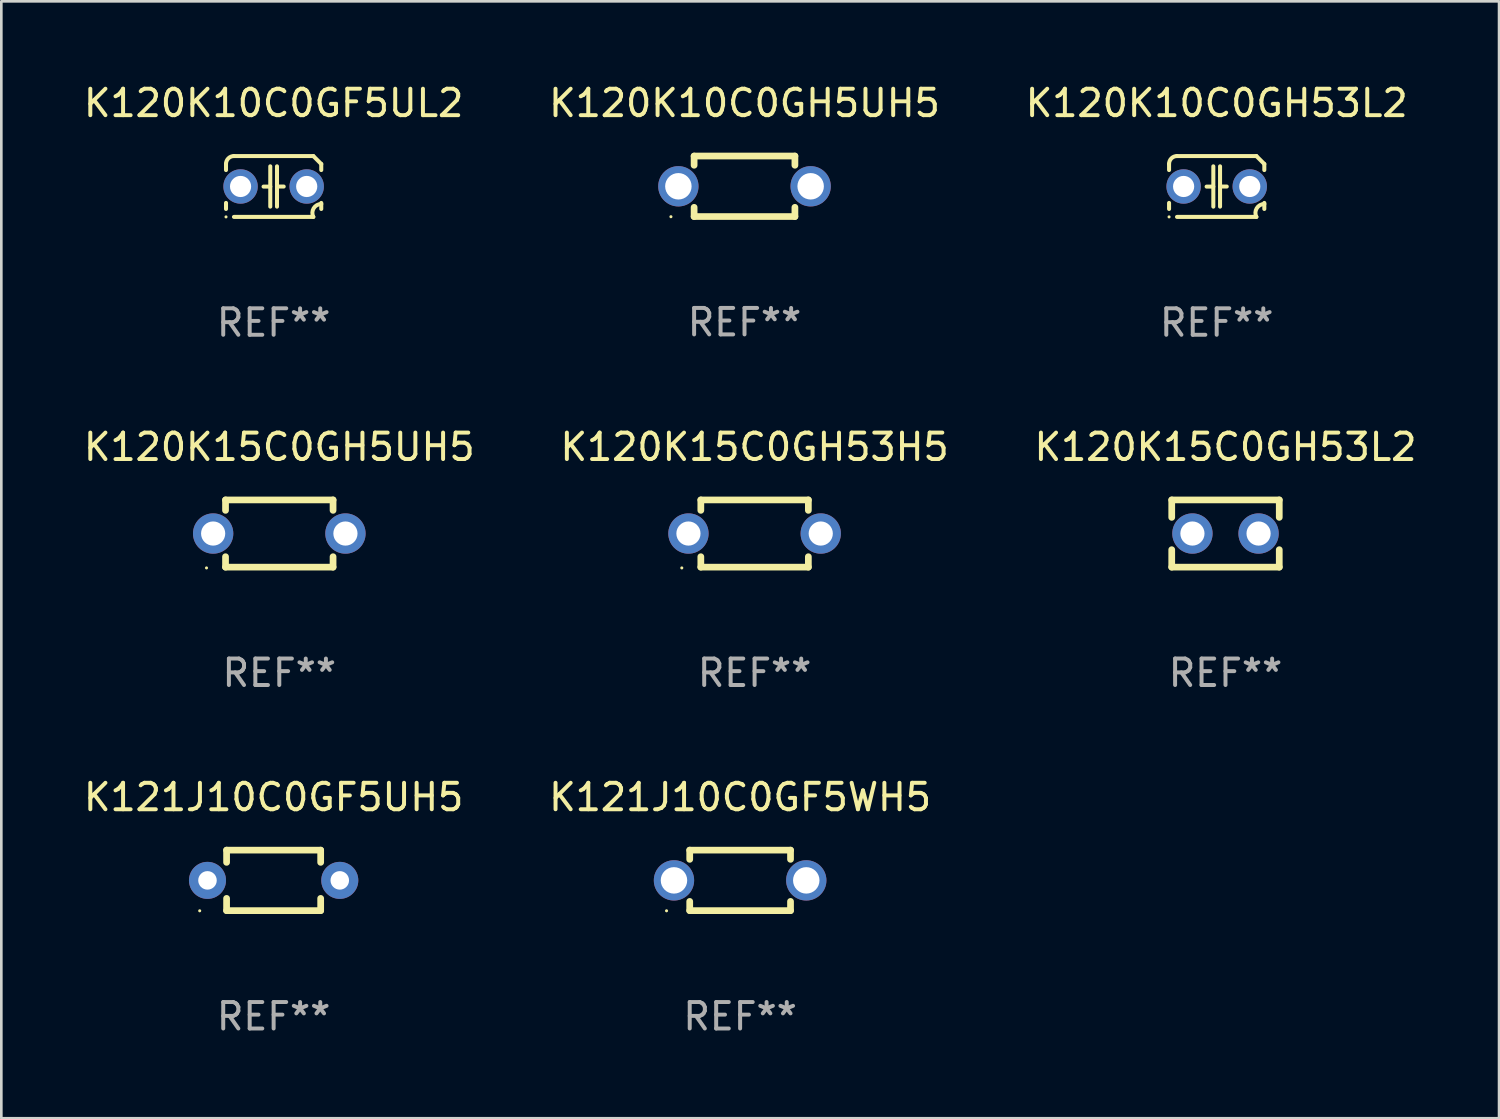
<source format=kicad_pcb>
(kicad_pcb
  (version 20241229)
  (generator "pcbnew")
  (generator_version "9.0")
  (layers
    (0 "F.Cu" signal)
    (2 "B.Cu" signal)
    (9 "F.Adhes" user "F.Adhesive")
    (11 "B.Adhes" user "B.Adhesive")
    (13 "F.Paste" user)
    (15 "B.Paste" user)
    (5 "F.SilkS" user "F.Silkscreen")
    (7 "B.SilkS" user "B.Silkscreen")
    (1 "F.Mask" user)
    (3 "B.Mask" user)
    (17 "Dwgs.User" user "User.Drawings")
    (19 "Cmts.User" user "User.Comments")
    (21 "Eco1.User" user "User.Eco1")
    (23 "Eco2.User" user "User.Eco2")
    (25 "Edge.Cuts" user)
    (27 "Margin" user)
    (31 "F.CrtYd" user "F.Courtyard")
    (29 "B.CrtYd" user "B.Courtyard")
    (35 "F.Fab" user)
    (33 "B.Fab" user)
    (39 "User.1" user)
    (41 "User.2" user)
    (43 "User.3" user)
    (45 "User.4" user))
  (footprint "K121J10C0GF5UH5"
    (layer "F.Cu")
    (at 7.292 30.224)
    (property "Reference" "K121J10C0GF5UH5" (at 0 -3.143 0) (layer "F.SilkS") (effects (font (size 1 1) (thickness 0.15))))
    (attr through_hole)
    (fp_line (start -1.778 -1.143) (end 1.778 -1.143) (stroke (width 0.254) (type solid)) (layer "F.SilkS"))
    (fp_line (start -1.778 -0.681) (end -1.778 -1.143) (stroke (width 0.254) (type solid)) (layer "F.SilkS"))
    (fp_line (start -1.778 1.143) (end -1.778 0.681) (stroke (width 0.254) (type solid)) (layer "F.SilkS"))
    (fp_line (start 1.778 -1.143) (end 1.778 -0.681) (stroke (width 0.254) (type solid)) (layer "F.SilkS"))
    (fp_line (start 1.778 0.681) (end 1.778 1.143) (stroke (width 0.254) (type solid)) (layer "F.SilkS"))
    (fp_line (start 1.778 1.143) (end -1.778 1.143) (stroke (width 0.254) (type solid)) (layer "F.SilkS"))
    (fp_circle (center -2.794 1.15) (end -2.764 1.15) (stroke (width 0.06) (type solid)) (fill no) (layer "F.SilkS"))
    (fp_text user "REF**" (at 0 5.143 0) (layer "F.Fab") (effects (font (size 1 1) (thickness 0.15))))
    (pad "1" thru_hole circle (at -2.5 0) (size 1.4 1.4) (drill 0.7) (layers "*.Cu" "*.Mask"))
    (pad "2" thru_hole circle (at 2.5 0) (size 1.4 1.4) (drill 0.7) (layers "*.Cu" "*.Mask")))
  (footprint "K121J10C0GF5WH5"
    (layer "F.Cu")
    (at 24.923 30.224)
    (property "Reference" "K121J10C0GF5WH5" (at 0 -3.143 0) (layer "F.SilkS") (effects (font (size 1 1) (thickness 0.15))))
    (attr through_hole)
    (fp_line (start -1.905 -1.143) (end 1.905 -1.143) (stroke (width 0.254) (type solid)) (layer "F.SilkS"))
    (fp_line (start -1.905 -0.795) (end -1.905 -1.143) (stroke (width 0.254) (type solid)) (layer "F.SilkS"))
    (fp_line (start -1.905 1.143) (end -1.905 0.795) (stroke (width 0.254) (type solid)) (layer "F.SilkS"))
    (fp_line (start 1.905 -1.143) (end 1.905 -0.795) (stroke (width 0.254) (type solid)) (layer "F.SilkS"))
    (fp_line (start 1.905 0.795) (end 1.905 1.143) (stroke (width 0.254) (type solid)) (layer "F.SilkS"))
    (fp_line (start 1.905 1.143) (end -1.905 1.143) (stroke (width 0.254) (type solid)) (layer "F.SilkS"))
    (fp_circle (center -2.781 1.15) (end -2.751 1.15) (stroke (width 0.06) (type solid)) (fill no) (layer "F.SilkS"))
    (fp_text user "REF**" (at 0 5.143 0) (layer "F.Fab") (effects (font (size 1 1) (thickness 0.15))))
    (pad "1" thru_hole circle (at -2.5 0) (size 1.524 1.524) (drill 1) (layers "*.Cu" "*.Mask"))
    (pad "2" thru_hole circle (at 2.5 0) (size 1.524 1.524) (drill 1) (layers "*.Cu" "*.Mask")))
  (footprint "K120K15C0GH53L2"
    (layer "F.Cu")
    (at 43.268 17.115)
    (property "Reference" "K120K15C0GH53L2" (at 0 -3.27 0) (layer "F.SilkS") (effects (font (size 1 1) (thickness 0.15))))
    (attr through_hole)
    (fp_line (start -2.032 -1.27) (end -2.032 -0.611) (stroke (width 0.254) (type solid)) (layer "F.SilkS"))
    (fp_line (start -2.032 0.611) (end -2.032 1.27) (stroke (width 0.254) (type solid)) (layer "F.SilkS"))
    (fp_line (start -2.032 1.27) (end 2.032 1.27) (stroke (width 0.254) (type solid)) (layer "F.SilkS"))
    (fp_line (start 2.032 -1.27) (end -2.032 -1.27) (stroke (width 0.254) (type solid)) (layer "F.SilkS"))
    (fp_line (start 2.032 -0.611) (end 2.032 -1.27) (stroke (width 0.254) (type solid)) (layer "F.SilkS"))
    (fp_line (start 2.032 1.27) (end 2.032 0.611) (stroke (width 0.254) (type solid)) (layer "F.SilkS"))
    (fp_circle (center -2 1.3) (end -1.97 1.3) (stroke (width 0.06) (type solid)) (fill no) (layer "F.SilkS"))
    (fp_text user "REF**" (at 0 5.27 0) (layer "F.Fab") (effects (font (size 1 1) (thickness 0.15))))
    (pad "1" thru_hole circle (at -1.25 0) (size 1.524 1.524) (drill 0.914) (layers "*.Cu" "*.Mask"))
    (pad "2" thru_hole circle (at 1.25 0) (size 1.524 1.524) (drill 0.914) (layers "*.Cu" "*.Mask")))
  (footprint "K120K10C0GH5UH5"
    (layer "F.Cu")
    (at 25.089 3.991)
    (property "Reference" "K120K10C0GH5UH5" (at 0 -3.143 0) (layer "F.SilkS") (effects (font (size 1 1) (thickness 0.15))))
    (attr through_hole)
    (fp_line (start -1.905 -1.143) (end 1.905 -1.143) (stroke (width 0.254) (type solid)) (layer "F.SilkS"))
    (fp_line (start -1.905 -0.795) (end -1.905 -1.143) (stroke (width 0.254) (type solid)) (layer "F.SilkS"))
    (fp_line (start -1.905 1.143) (end -1.905 0.795) (stroke (width 0.254) (type solid)) (layer "F.SilkS"))
    (fp_line (start 1.905 -1.143) (end 1.905 -0.795) (stroke (width 0.254) (type solid)) (layer "F.SilkS"))
    (fp_line (start 1.905 0.795) (end 1.905 1.143) (stroke (width 0.254) (type solid)) (layer "F.SilkS"))
    (fp_line (start 1.905 1.143) (end -1.905 1.143) (stroke (width 0.254) (type solid)) (layer "F.SilkS"))
    (fp_circle (center -2.781 1.15) (end -2.751 1.15) (stroke (width 0.06) (type solid)) (fill no) (layer "F.SilkS"))
    (fp_text user "REF**" (at 0 5.143 0) (layer "F.Fab") (effects (font (size 1 1) (thickness 0.15))))
    (pad "1" thru_hole circle (at -2.5 0) (size 1.524 1.524) (drill 1) (layers "*.Cu" "*.Mask"))
    (pad "2" thru_hole circle (at 2.5 0) (size 1.524 1.524) (drill 1) (layers "*.Cu" "*.Mask")))
  (footprint "K120K10C0GH53L2"
    (layer "F.Cu")
    (at 42.935 3.998)
    (property "Reference" "K120K10C0GH53L2" (at 0 -3.15 0) (layer "F.SilkS") (effects (font (size 1 1) (thickness 0.15))))
    (attr through_hole)
    (fp_line (start -1.8 -0.621) (end -1.8 -0.85) (stroke (width 0.152) (type solid)) (layer "F.SilkS"))
    (fp_line (start -1.8 0.85) (end -1.8 0.621) (stroke (width 0.152) (type solid)) (layer "F.SilkS"))
    (fp_line (start -1.5 -1.15) (end 1.5 -1.15) (stroke (width 0.152) (type solid)) (layer "F.SilkS"))
    (fp_line (start -0.127 -0.762) (end -0.127 0.762) (stroke (width 0.152) (type solid)) (layer "F.SilkS"))
    (fp_line (start -0.127 0.005) (end -0.381 0.005) (stroke (width 0.152) (type solid)) (layer "F.SilkS"))
    (fp_line (start 0.127 -0.762) (end 0.127 0.762) (stroke (width 0.152) (type solid)) (layer "F.SilkS"))
    (fp_line (start 0.127 0.002) (end 0.381 0.002) (stroke (width 0.152) (type solid)) (layer "F.SilkS"))
    (fp_line (start 1.5 1.15) (end -1.5 1.15) (stroke (width 0.152) (type solid)) (layer "F.SilkS"))
    (fp_line (start 1.8 -0.85) (end 1.8 -0.621) (stroke (width 0.152) (type solid)) (layer "F.SilkS"))
    (fp_line (start 1.8 0.621) (end 1.8 0.85) (stroke (width 0.152) (type solid)) (layer "F.SilkS"))
    (fp_arc (start -1.799975 -0.849987) (mid -1.712107 -1.062119) (end -1.499975 -1.149987) (stroke (width 0.151994) (type solid)) (layer "F.SilkS"))
    (fp_arc (start 1.499975 1.149987) (mid 1.513726 0.822359) (end 1.799975 0.662387) (stroke (width 0.151994) (type solid)) (layer "F.SilkS"))
    (fp_arc (start 1.500001 -1.149986) (mid 1.650015 -1.000001) (end 1.8 -0.849987) (stroke (width 0.151994) (type solid)) (layer "F.SilkS"))
    (fp_circle (center -1.8 1.15) (end -1.77 1.15) (stroke (width 0.06) (type solid)) (fill no) (layer "F.SilkS"))
    (fp_text user "REF**" (at 0 5.15 0) (layer "F.Fab") (effects (font (size 1 1) (thickness 0.15))))
    (pad "1" thru_hole circle (at -1.25 0) (size 1.3 1.3) (drill 0.8) (layers "*.Cu" "*.Mask"))
    (pad "2" thru_hole circle (at 1.25 0) (size 1.3 1.3) (drill 0.8) (layers "*.Cu" "*.Mask")))
  (footprint "K120K15C0GH53H5"
    (layer "F.Cu")
    (at 25.47 17.115)
    (property "Reference" "K120K15C0GH53H5" (at 0 -3.27 0) (layer "F.SilkS") (effects (font (size 1 1) (thickness 0.15))))
    (attr through_hole)
    (fp_line (start -2.032 -1.27) (end -2.032 -0.876) (stroke (width 0.254) (type solid)) (layer "F.SilkS"))
    (fp_line (start -2.032 0.876) (end -2.032 1.27) (stroke (width 0.254) (type solid)) (layer "F.SilkS"))
    (fp_line (start -2.032 1.27) (end 2.032 1.27) (stroke (width 0.254) (type solid)) (layer "F.SilkS"))
    (fp_line (start 2.032 -1.27) (end -2.032 -1.27) (stroke (width 0.254) (type solid)) (layer "F.SilkS"))
    (fp_line (start 2.032 -0.876) (end 2.032 -1.27) (stroke (width 0.254) (type solid)) (layer "F.SilkS"))
    (fp_line (start 2.032 1.27) (end 2.032 0.876) (stroke (width 0.254) (type solid)) (layer "F.SilkS"))
    (fp_circle (center -2.751 1.3) (end -2.721 1.3) (stroke (width 0.06) (type solid)) (fill no) (layer "F.SilkS"))
    (fp_text user "REF**" (at 0 5.27 0) (layer "F.Fab") (effects (font (size 1 1) (thickness 0.15))))
    (pad "1" thru_hole circle (at -2.5 0) (size 1.524 1.524) (drill 0.914) (layers "*.Cu" "*.Mask"))
    (pad "2" thru_hole circle (at 2.5 0) (size 1.524 1.524) (drill 0.914) (layers "*.Cu" "*.Mask")))
  (footprint "K120K10C0GF5UL2"
    (layer "F.Cu")
    (at 7.292 3.998)
    (property "Reference" "K120K10C0GF5UL2" (at 0 -3.15 0) (layer "F.SilkS") (effects (font (size 1 1) (thickness 0.15))))
    (attr through_hole)
    (fp_line (start -1.8 -0.621) (end -1.8 -0.85) (stroke (width 0.152) (type solid)) (layer "F.SilkS"))
    (fp_line (start -1.8 0.85) (end -1.8 0.621) (stroke (width 0.152) (type solid)) (layer "F.SilkS"))
    (fp_line (start -1.5 -1.15) (end 1.5 -1.15) (stroke (width 0.152) (type solid)) (layer "F.SilkS"))
    (fp_line (start -0.127 -0.762) (end -0.127 0.762) (stroke (width 0.152) (type solid)) (layer "F.SilkS"))
    (fp_line (start -0.127 0.005) (end -0.381 0.005) (stroke (width 0.152) (type solid)) (layer "F.SilkS"))
    (fp_line (start 0.127 -0.762) (end 0.127 0.762) (stroke (width 0.152) (type solid)) (layer "F.SilkS"))
    (fp_line (start 0.127 0.002) (end 0.381 0.002) (stroke (width 0.152) (type solid)) (layer "F.SilkS"))
    (fp_line (start 1.5 1.15) (end -1.5 1.15) (stroke (width 0.152) (type solid)) (layer "F.SilkS"))
    (fp_line (start 1.8 -0.85) (end 1.8 -0.621) (stroke (width 0.152) (type solid)) (layer "F.SilkS"))
    (fp_line (start 1.8 0.621) (end 1.8 0.85) (stroke (width 0.152) (type solid)) (layer "F.SilkS"))
    (fp_arc (start -1.799975 -0.849987) (mid -1.712107 -1.062119) (end -1.499975 -1.149987) (stroke (width 0.151994) (type solid)) (layer "F.SilkS"))
    (fp_arc (start 1.499975 1.149987) (mid 1.513726 0.822359) (end 1.799975 0.662387) (stroke (width 0.151994) (type solid)) (layer "F.SilkS"))
    (fp_arc (start 1.500001 -1.149986) (mid 1.650015 -1.000001) (end 1.8 -0.849987) (stroke (width 0.151994) (type solid)) (layer "F.SilkS"))
    (fp_circle (center -1.8 1.15) (end -1.77 1.15) (stroke (width 0.06) (type solid)) (fill no) (layer "F.SilkS"))
    (fp_text user "REF**" (at 0 5.15 0) (layer "F.Fab") (effects (font (size 1 1) (thickness 0.15))))
    (pad "1" thru_hole circle (at -1.25 0) (size 1.3 1.3) (drill 0.8) (layers "*.Cu" "*.Mask"))
    (pad "2" thru_hole circle (at 1.25 0) (size 1.3 1.3) (drill 0.8) (layers "*.Cu" "*.Mask")))
  (footprint "K120K15C0GH5UH5"
    (layer "F.Cu")
    (at 7.506 17.115)
    (property "Reference" "K120K15C0GH5UH5" (at 0 -3.27 0) (layer "F.SilkS") (effects (font (size 1 1) (thickness 0.15))))
    (attr through_hole)
    (fp_line (start -2.032 -1.27) (end -2.032 -0.876) (stroke (width 0.254) (type solid)) (layer "F.SilkS"))
    (fp_line (start -2.032 0.876) (end -2.032 1.27) (stroke (width 0.254) (type solid)) (layer "F.SilkS"))
    (fp_line (start -2.032 1.27) (end 2.032 1.27) (stroke (width 0.254) (type solid)) (layer "F.SilkS"))
    (fp_line (start 2.032 -1.27) (end -2.032 -1.27) (stroke (width 0.254) (type solid)) (layer "F.SilkS"))
    (fp_line (start 2.032 -0.876) (end 2.032 -1.27) (stroke (width 0.254) (type solid)) (layer "F.SilkS"))
    (fp_line (start 2.032 1.27) (end 2.032 0.876) (stroke (width 0.254) (type solid)) (layer "F.SilkS"))
    (fp_circle (center -2.751 1.3) (end -2.721 1.3) (stroke (width 0.06) (type solid)) (fill no) (layer "F.SilkS"))
    (fp_text user "REF**" (at 0 5.27 0) (layer "F.Fab") (effects (font (size 1 1) (thickness 0.15))))
    (pad "1" thru_hole circle (at -2.5 0) (size 1.524 1.524) (drill 0.914) (layers "*.Cu" "*.Mask"))
    (pad "2" thru_hole circle (at 2.5 0) (size 1.524 1.524) (drill 0.914) (layers "*.Cu" "*.Mask")))
  (gr_rect
    (start -3 -3)
    (end 53.607 39.215)
    (stroke (width 0.1) (type default))
    (fill no)
    (layer "Edge.Cuts")))
</source>
